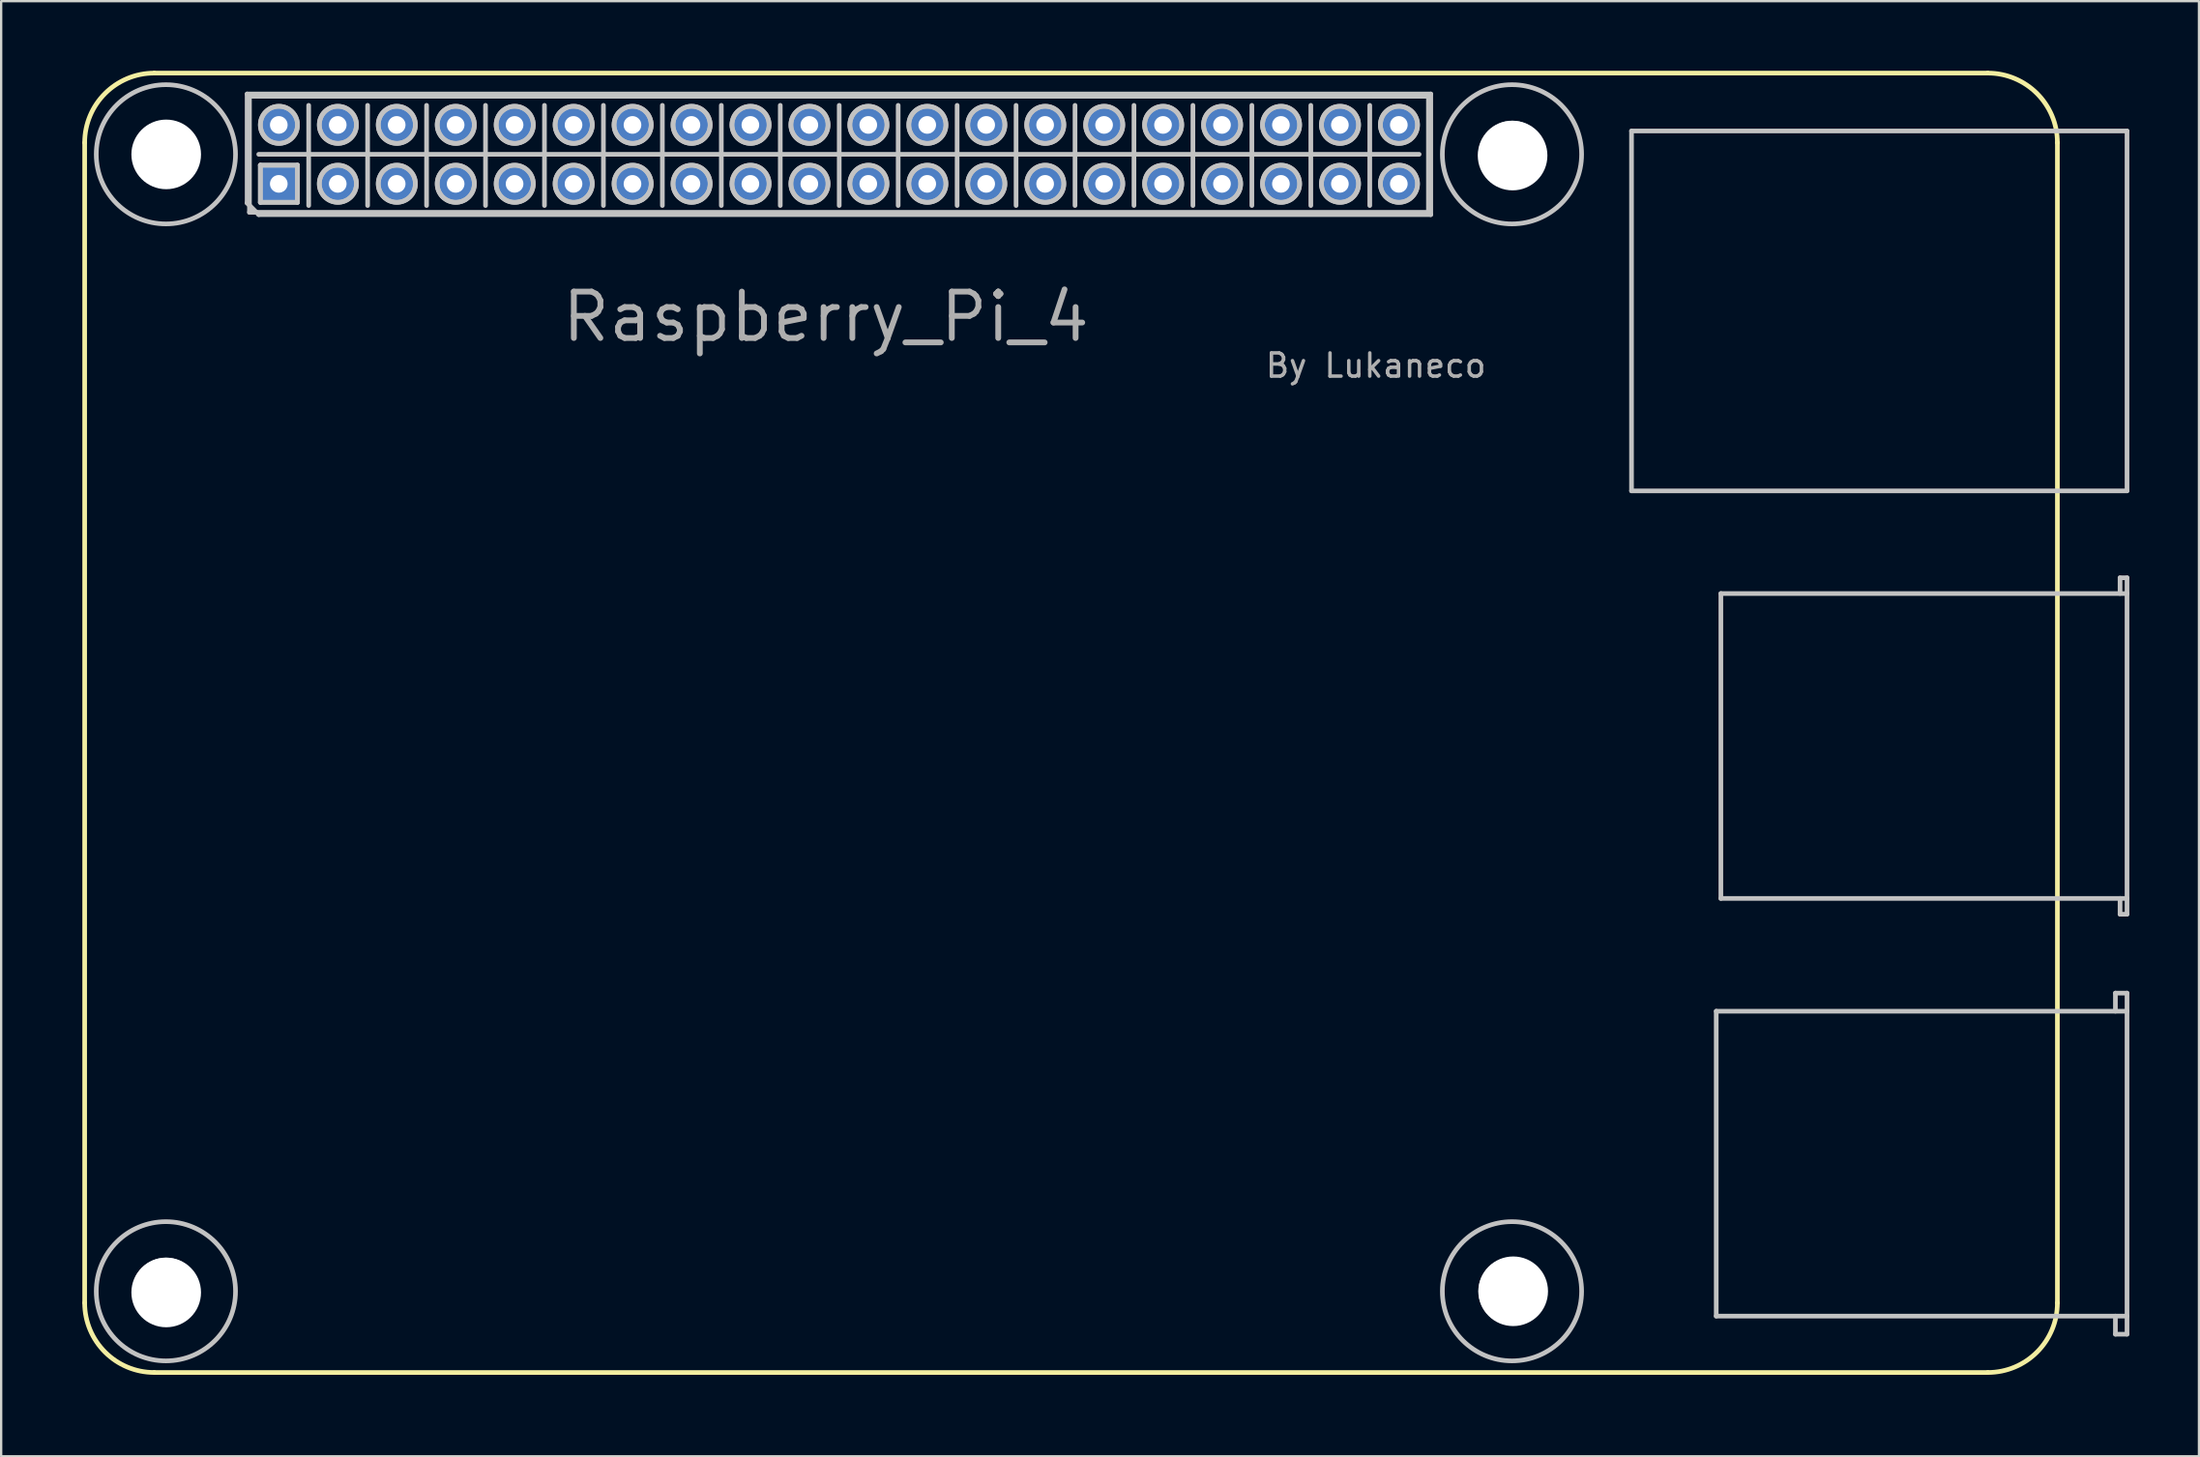
<source format=kicad_pcb>
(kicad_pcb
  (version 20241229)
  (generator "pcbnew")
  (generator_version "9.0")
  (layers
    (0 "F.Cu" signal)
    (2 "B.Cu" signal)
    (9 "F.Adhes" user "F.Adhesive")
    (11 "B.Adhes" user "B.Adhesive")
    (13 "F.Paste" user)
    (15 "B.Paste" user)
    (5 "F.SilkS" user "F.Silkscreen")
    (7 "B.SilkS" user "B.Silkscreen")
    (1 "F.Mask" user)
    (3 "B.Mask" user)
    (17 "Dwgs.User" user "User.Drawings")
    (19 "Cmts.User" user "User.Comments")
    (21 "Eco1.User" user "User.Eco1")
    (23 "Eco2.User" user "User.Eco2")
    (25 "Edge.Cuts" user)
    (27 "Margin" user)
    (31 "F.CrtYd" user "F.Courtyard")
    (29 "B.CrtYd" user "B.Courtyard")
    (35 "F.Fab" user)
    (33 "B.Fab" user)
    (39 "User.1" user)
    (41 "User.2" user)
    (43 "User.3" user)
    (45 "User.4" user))
  (footprint "Raspberry_Pi_4"
    (layer "F.Cu")
    (at 0.25 56.461)
    (property "Reference" "Raspberry_Pi_4" (at 32.283 -45.857 0) (layer "F.Fab") (effects (font (size 2 2) (thickness 0.25))))
    (attr through_hole)
    (fp_line (start 0.348 -53.361) (end 0.348 -3.361) (stroke (width 0.2) (type solid)) (layer "F.SilkS"))
    (fp_line (start 3.348 -0.361) (end 82.348 -0.361) (stroke (width 0.2) (type solid)) (layer "F.SilkS"))
    (fp_line (start 82.348 -56.361) (end 3.348 -56.361) (stroke (width 0.2) (type solid)) (layer "F.SilkS"))
    (fp_line (start 85.348 -3.361) (end 85.348 -53.361) (stroke (width 0.2) (type solid)) (layer "F.SilkS"))
    (fp_arc (start 0.347999 -53.361005) (mid 1.22668 -55.482323) (end 3.348 -56.361) (stroke (width 0.2) (type solid)) (layer "F.SilkS"))
    (fp_arc (start 3.347994 -0.361) (mid 1.226677 -1.239681) (end 0.348 -3.361) (stroke (width 0.2) (type solid)) (layer "F.SilkS"))
    (fp_arc (start 82.348004 -56.361) (mid 84.469322 -55.48232) (end 85.348 -53.361) (stroke (width 0.2) (type solid)) (layer "F.SilkS"))
    (fp_arc (start 85.347999 -3.360995) (mid 84.469319 -1.239677) (end 82.348 -0.361) (stroke (width 0.2) (type solid)) (layer "F.SilkS"))
    (fp_line (start 7.348 -55.461) (end 7.348 -50.761) (stroke (width 0.2) (type solid)) (layer "Dwgs.User"))
    (fp_line (start 7.348 -50.761) (end 7.848 -50.261) (stroke (width 0.2) (type solid)) (layer "Dwgs.User"))
    (fp_line (start 7.448 -55.361) (end 7.448 -50.361) (stroke (width 0.2) (type solid)) (layer "Dwgs.User"))
    (fp_line (start 7.448 -50.361) (end 58.248 -50.361) (stroke (width 0.2) (type solid)) (layer "Dwgs.User"))
    (fp_line (start 7.848 -52.861) (end 57.848 -52.861) (stroke (width 0.2) (type solid)) (layer "Dwgs.User"))
    (fp_line (start 7.848 -50.261) (end 58.348 -50.261) (stroke (width 0.2) (type solid)) (layer "Dwgs.User"))
    (fp_line (start 7.918 -52.391) (end 9.518 -52.391) (stroke (width 0.2) (type solid)) (layer "Dwgs.User"))
    (fp_line (start 7.918 -52.391) (end 9.518 -52.391) (stroke (width 0.2) (type solid)) (layer "Dwgs.User"))
    (fp_line (start 7.918 -50.791) (end 7.918 -52.391) (stroke (width 0.2) (type solid)) (layer "Dwgs.User"))
    (fp_line (start 7.918 -50.791) (end 7.918 -52.391) (stroke (width 0.2) (type solid)) (layer "Dwgs.User"))
    (fp_line (start 9.518 -52.391) (end 9.518 -50.791) (stroke (width 0.2) (type solid)) (layer "Dwgs.User"))
    (fp_line (start 9.518 -52.391) (end 9.518 -50.791) (stroke (width 0.2) (type solid)) (layer "Dwgs.User"))
    (fp_line (start 9.518 -50.791) (end 7.918 -50.791) (stroke (width 0.2) (type solid)) (layer "Dwgs.User"))
    (fp_line (start 9.518 -50.791) (end 7.918 -50.791) (stroke (width 0.2) (type solid)) (layer "Dwgs.User"))
    (fp_line (start 10 -54.971) (end 10 -50.653) (stroke (width 0.2) (type solid)) (layer "Dwgs.User"))
    (fp_line (start 12.54 -54.971) (end 12.54 -50.653) (stroke (width 0.2) (type solid)) (layer "Dwgs.User"))
    (fp_line (start 15.08 -54.971) (end 15.08 -50.653) (stroke (width 0.2) (type solid)) (layer "Dwgs.User"))
    (fp_line (start 17.62 -54.971) (end 17.62 -50.653) (stroke (width 0.2) (type solid)) (layer "Dwgs.User"))
    (fp_line (start 20.16 -54.971) (end 20.16 -50.653) (stroke (width 0.2) (type solid)) (layer "Dwgs.User"))
    (fp_line (start 22.7 -54.971) (end 22.7 -50.653) (stroke (width 0.2) (type solid)) (layer "Dwgs.User"))
    (fp_line (start 25.24 -54.971) (end 25.24 -50.653) (stroke (width 0.2) (type solid)) (layer "Dwgs.User"))
    (fp_line (start 27.78 -54.971) (end 27.78 -50.653) (stroke (width 0.2) (type solid)) (layer "Dwgs.User"))
    (fp_line (start 30.32 -54.971) (end 30.32 -50.653) (stroke (width 0.2) (type solid)) (layer "Dwgs.User"))
    (fp_line (start 32.86 -54.971) (end 32.86 -50.653) (stroke (width 0.2) (type solid)) (layer "Dwgs.User"))
    (fp_line (start 35.4 -54.971) (end 35.4 -50.653) (stroke (width 0.2) (type solid)) (layer "Dwgs.User"))
    (fp_line (start 37.94 -54.971) (end 37.94 -50.653) (stroke (width 0.2) (type solid)) (layer "Dwgs.User"))
    (fp_line (start 40.48 -54.971) (end 40.48 -50.653) (stroke (width 0.2) (type solid)) (layer "Dwgs.User"))
    (fp_line (start 43.02 -54.971) (end 43.02 -50.653) (stroke (width 0.2) (type solid)) (layer "Dwgs.User"))
    (fp_line (start 45.56 -54.971) (end 45.56 -50.653) (stroke (width 0.2) (type solid)) (layer "Dwgs.User"))
    (fp_line (start 48.1 -54.971) (end 48.1 -50.653) (stroke (width 0.2) (type solid)) (layer "Dwgs.User"))
    (fp_line (start 50.64 -54.971) (end 50.64 -50.653) (stroke (width 0.2) (type solid)) (layer "Dwgs.User"))
    (fp_line (start 53.18 -54.971) (end 53.18 -50.653) (stroke (width 0.2) (type solid)) (layer "Dwgs.User"))
    (fp_line (start 55.72 -54.971) (end 55.72 -50.653) (stroke (width 0.2) (type solid)) (layer "Dwgs.User"))
    (fp_line (start 58.248 -55.361) (end 7.448 -55.361) (stroke (width 0.2) (type solid)) (layer "Dwgs.User"))
    (fp_line (start 58.248 -50.361) (end 58.248 -55.361) (stroke (width 0.2) (type solid)) (layer "Dwgs.User"))
    (fp_line (start 58.348 -55.461) (end 7.348 -55.461) (stroke (width 0.2) (type solid)) (layer "Dwgs.User"))
    (fp_line (start 58.348 -50.261) (end 58.348 -55.461) (stroke (width 0.2) (type solid)) (layer "Dwgs.User"))
    (fp_line (start 66.998 -38.356) (end 66.998 -53.866) (stroke (width 0.2) (type solid)) (layer "Dwgs.User"))
    (fp_line (start 66.998 -38.356) (end 88.348 -38.356) (stroke (width 0.2) (type solid)) (layer "Dwgs.User"))
    (fp_line (start 70.648 -15.931) (end 88.348 -15.931) (stroke (width 0.2) (type solid)) (layer "Dwgs.User"))
    (fp_line (start 70.648 -2.791) (end 70.648 -15.931) (stroke (width 0.2) (type solid)) (layer "Dwgs.User"))
    (fp_line (start 70.848 -33.931) (end 88.348 -33.931) (stroke (width 0.2) (type solid)) (layer "Dwgs.User"))
    (fp_line (start 70.848 -20.791) (end 70.848 -33.931) (stroke (width 0.2) (type solid)) (layer "Dwgs.User"))
    (fp_line (start 87.848 -16.711) (end 87.848 -15.931) (stroke (width 0.2) (type solid)) (layer "Dwgs.User"))
    (fp_line (start 87.848 -2.011) (end 87.848 -2.791) (stroke (width 0.2) (type solid)) (layer "Dwgs.User"))
    (fp_line (start 88.048 -34.611) (end 88.048 -33.931) (stroke (width 0.2) (type solid)) (layer "Dwgs.User"))
    (fp_line (start 88.048 -20.111) (end 88.048 -20.791) (stroke (width 0.2) (type solid)) (layer "Dwgs.User"))
    (fp_line (start 88.348 -53.866) (end 66.998 -53.866) (stroke (width 0.2) (type solid)) (layer "Dwgs.User"))
    (fp_line (start 88.348 -38.356) (end 88.348 -53.866) (stroke (width 0.2) (type solid)) (layer "Dwgs.User"))
    (fp_line (start 88.348 -34.611) (end 88.048 -34.611) (stroke (width 0.2) (type solid)) (layer "Dwgs.User"))
    (fp_line (start 88.348 -33.931) (end 88.348 -34.611) (stroke (width 0.2) (type solid)) (layer "Dwgs.User"))
    (fp_line (start 88.348 -33.931) (end 88.348 -20.791) (stroke (width 0.2) (type solid)) (layer "Dwgs.User"))
    (fp_line (start 88.348 -20.791) (end 70.848 -20.791) (stroke (width 0.2) (type solid)) (layer "Dwgs.User"))
    (fp_line (start 88.348 -20.791) (end 88.348 -20.111) (stroke (width 0.2) (type solid)) (layer "Dwgs.User"))
    (fp_line (start 88.348 -20.111) (end 88.048 -20.111) (stroke (width 0.2) (type solid)) (layer "Dwgs.User"))
    (fp_line (start 88.348 -16.711) (end 87.848 -16.711) (stroke (width 0.2) (type solid)) (layer "Dwgs.User"))
    (fp_line (start 88.348 -15.931) (end 88.348 -16.711) (stroke (width 0.2) (type solid)) (layer "Dwgs.User"))
    (fp_line (start 88.348 -15.931) (end 88.348 -2.011) (stroke (width 0.2) (type solid)) (layer "Dwgs.User"))
    (fp_line (start 88.348 -2.791) (end 70.648 -2.791) (stroke (width 0.2) (type solid)) (layer "Dwgs.User"))
    (fp_line (start 88.348 -2.011) (end 87.848 -2.011) (stroke (width 0.2) (type solid)) (layer "Dwgs.User"))
    (fp_circle (center 3.848 -52.861) (end 5.198 -52.861) (stroke (width 0.2) (type solid)) (fill no) (layer "Dwgs.User"))
    (fp_circle (center 3.848 -52.861) (end 6.848 -52.861) (stroke (width 0.2) (type solid)) (fill no) (layer "Dwgs.User"))
    (fp_circle (center 3.848 -3.861) (end 5.198 -3.861) (stroke (width 0.2) (type solid)) (fill no) (layer "Dwgs.User"))
    (fp_circle (center 3.848 -3.861) (end 6.848 -3.861) (stroke (width 0.2) (type solid)) (fill no) (layer "Dwgs.User"))
    (fp_circle (center 8.718 -54.131) (end 9.518 -54.131) (stroke (width 0.2) (type solid)) (fill no) (layer "Dwgs.User"))
    (fp_circle (center 8.718 -54.131) (end 9.518 -54.131) (stroke (width 0.2) (type solid)) (fill no) (layer "Dwgs.User"))
    (fp_circle (center 11.258 -54.131) (end 12.058 -54.131) (stroke (width 0.2) (type solid)) (fill no) (layer "Dwgs.User"))
    (fp_circle (center 11.258 -54.131) (end 12.058 -54.131) (stroke (width 0.2) (type solid)) (fill no) (layer "Dwgs.User"))
    (fp_circle (center 11.258 -51.591) (end 12.058 -51.591) (stroke (width 0.2) (type solid)) (fill no) (layer "Dwgs.User"))
    (fp_circle (center 11.258 -51.591) (end 12.058 -51.591) (stroke (width 0.2) (type solid)) (fill no) (layer "Dwgs.User"))
    (fp_circle (center 13.798 -54.131) (end 14.598 -54.131) (stroke (width 0.2) (type solid)) (fill no) (layer "Dwgs.User"))
    (fp_circle (center 13.798 -54.131) (end 14.598 -54.131) (stroke (width 0.2) (type solid)) (fill no) (layer "Dwgs.User"))
    (fp_circle (center 13.798 -51.591) (end 14.598 -51.591) (stroke (width 0.2) (type solid)) (fill no) (layer "Dwgs.User"))
    (fp_circle (center 13.798 -51.591) (end 14.598 -51.591) (stroke (width 0.2) (type solid)) (fill no) (layer "Dwgs.User"))
    (fp_circle (center 16.338 -54.131) (end 17.138 -54.131) (stroke (width 0.2) (type solid)) (fill no) (layer "Dwgs.User"))
    (fp_circle (center 16.338 -54.131) (end 17.138 -54.131) (stroke (width 0.2) (type solid)) (fill no) (layer "Dwgs.User"))
    (fp_circle (center 16.338 -51.591) (end 17.138 -51.591) (stroke (width 0.2) (type solid)) (fill no) (layer "Dwgs.User"))
    (fp_circle (center 16.338 -51.591) (end 17.138 -51.591) (stroke (width 0.2) (type solid)) (fill no) (layer "Dwgs.User"))
    (fp_circle (center 18.878 -54.131) (end 19.678 -54.131) (stroke (width 0.2) (type solid)) (fill no) (layer "Dwgs.User"))
    (fp_circle (center 18.878 -54.131) (end 19.678 -54.131) (stroke (width 0.2) (type solid)) (fill no) (layer "Dwgs.User"))
    (fp_circle (center 18.878 -51.591) (end 19.678 -51.591) (stroke (width 0.2) (type solid)) (fill no) (layer "Dwgs.User"))
    (fp_circle (center 18.878 -51.591) (end 19.678 -51.591) (stroke (width 0.2) (type solid)) (fill no) (layer "Dwgs.User"))
    (fp_circle (center 21.418 -54.131) (end 22.218 -54.131) (stroke (width 0.2) (type solid)) (fill no) (layer "Dwgs.User"))
    (fp_circle (center 21.418 -54.131) (end 22.218 -54.131) (stroke (width 0.2) (type solid)) (fill no) (layer "Dwgs.User"))
    (fp_circle (center 21.418 -51.591) (end 22.218 -51.591) (stroke (width 0.2) (type solid)) (fill no) (layer "Dwgs.User"))
    (fp_circle (center 21.418 -51.591) (end 22.218 -51.591) (stroke (width 0.2) (type solid)) (fill no) (layer "Dwgs.User"))
    (fp_circle (center 23.958 -54.131) (end 24.758 -54.131) (stroke (width 0.2) (type solid)) (fill no) (layer "Dwgs.User"))
    (fp_circle (center 23.958 -54.131) (end 24.758 -54.131) (stroke (width 0.2) (type solid)) (fill no) (layer "Dwgs.User"))
    (fp_circle (center 23.958 -51.591) (end 24.758 -51.591) (stroke (width 0.2) (type solid)) (fill no) (layer "Dwgs.User"))
    (fp_circle (center 23.958 -51.591) (end 24.758 -51.591) (stroke (width 0.2) (type solid)) (fill no) (layer "Dwgs.User"))
    (fp_circle (center 26.498 -54.131) (end 27.298 -54.131) (stroke (width 0.2) (type solid)) (fill no) (layer "Dwgs.User"))
    (fp_circle (center 26.498 -54.131) (end 27.298 -54.131) (stroke (width 0.2) (type solid)) (fill no) (layer "Dwgs.User"))
    (fp_circle (center 26.498 -51.591) (end 27.298 -51.591) (stroke (width 0.2) (type solid)) (fill no) (layer "Dwgs.User"))
    (fp_circle (center 26.498 -51.591) (end 27.298 -51.591) (stroke (width 0.2) (type solid)) (fill no) (layer "Dwgs.User"))
    (fp_circle (center 29.038 -54.131) (end 29.838 -54.131) (stroke (width 0.2) (type solid)) (fill no) (layer "Dwgs.User"))
    (fp_circle (center 29.038 -54.131) (end 29.838 -54.131) (stroke (width 0.2) (type solid)) (fill no) (layer "Dwgs.User"))
    (fp_circle (center 29.038 -51.591) (end 29.838 -51.591) (stroke (width 0.2) (type solid)) (fill no) (layer "Dwgs.User"))
    (fp_circle (center 29.038 -51.591) (end 29.838 -51.591) (stroke (width 0.2) (type solid)) (fill no) (layer "Dwgs.User"))
    (fp_circle (center 31.578 -54.131) (end 32.378 -54.131) (stroke (width 0.2) (type solid)) (fill no) (layer "Dwgs.User"))
    (fp_circle (center 31.578 -54.131) (end 32.378 -54.131) (stroke (width 0.2) (type solid)) (fill no) (layer "Dwgs.User"))
    (fp_circle (center 31.578 -51.591) (end 32.378 -51.591) (stroke (width 0.2) (type solid)) (fill no) (layer "Dwgs.User"))
    (fp_circle (center 31.578 -51.591) (end 32.378 -51.591) (stroke (width 0.2) (type solid)) (fill no) (layer "Dwgs.User"))
    (fp_circle (center 34.118 -54.131) (end 34.918 -54.131) (stroke (width 0.2) (type solid)) (fill no) (layer "Dwgs.User"))
    (fp_circle (center 34.118 -54.131) (end 34.918 -54.131) (stroke (width 0.2) (type solid)) (fill no) (layer "Dwgs.User"))
    (fp_circle (center 34.118 -51.591) (end 34.918 -51.591) (stroke (width 0.2) (type solid)) (fill no) (layer "Dwgs.User"))
    (fp_circle (center 34.118 -51.591) (end 34.918 -51.591) (stroke (width 0.2) (type solid)) (fill no) (layer "Dwgs.User"))
    (fp_circle (center 36.658 -54.131) (end 37.458 -54.131) (stroke (width 0.2) (type solid)) (fill no) (layer "Dwgs.User"))
    (fp_circle (center 36.658 -54.131) (end 37.458 -54.131) (stroke (width 0.2) (type solid)) (fill no) (layer "Dwgs.User"))
    (fp_circle (center 36.658 -51.591) (end 37.458 -51.591) (stroke (width 0.2) (type solid)) (fill no) (layer "Dwgs.User"))
    (fp_circle (center 36.658 -51.591) (end 37.458 -51.591) (stroke (width 0.2) (type solid)) (fill no) (layer "Dwgs.User"))
    (fp_circle (center 39.198 -54.131) (end 39.998 -54.131) (stroke (width 0.2) (type solid)) (fill no) (layer "Dwgs.User"))
    (fp_circle (center 39.198 -54.131) (end 39.998 -54.131) (stroke (width 0.2) (type solid)) (fill no) (layer "Dwgs.User"))
    (fp_circle (center 39.198 -51.591) (end 39.998 -51.591) (stroke (width 0.2) (type solid)) (fill no) (layer "Dwgs.User"))
    (fp_circle (center 39.198 -51.591) (end 39.998 -51.591) (stroke (width 0.2) (type solid)) (fill no) (layer "Dwgs.User"))
    (fp_circle (center 41.738 -54.131) (end 42.538 -54.131) (stroke (width 0.2) (type solid)) (fill no) (layer "Dwgs.User"))
    (fp_circle (center 41.738 -54.131) (end 42.538 -54.131) (stroke (width 0.2) (type solid)) (fill no) (layer "Dwgs.User"))
    (fp_circle (center 41.738 -51.591) (end 42.538 -51.591) (stroke (width 0.2) (type solid)) (fill no) (layer "Dwgs.User"))
    (fp_circle (center 41.738 -51.591) (end 42.538 -51.591) (stroke (width 0.2) (type solid)) (fill no) (layer "Dwgs.User"))
    (fp_circle (center 44.278 -54.131) (end 45.078 -54.131) (stroke (width 0.2) (type solid)) (fill no) (layer "Dwgs.User"))
    (fp_circle (center 44.278 -54.131) (end 45.078 -54.131) (stroke (width 0.2) (type solid)) (fill no) (layer "Dwgs.User"))
    (fp_circle (center 44.278 -51.591) (end 45.078 -51.591) (stroke (width 0.2) (type solid)) (fill no) (layer "Dwgs.User"))
    (fp_circle (center 44.278 -51.591) (end 45.078 -51.591) (stroke (width 0.2) (type solid)) (fill no) (layer "Dwgs.User"))
    (fp_circle (center 46.818 -54.131) (end 47.618 -54.131) (stroke (width 0.2) (type solid)) (fill no) (layer "Dwgs.User"))
    (fp_circle (center 46.818 -54.131) (end 47.618 -54.131) (stroke (width 0.2) (type solid)) (fill no) (layer "Dwgs.User"))
    (fp_circle (center 46.818 -51.591) (end 47.618 -51.591) (stroke (width 0.2) (type solid)) (fill no) (layer "Dwgs.User"))
    (fp_circle (center 46.818 -51.591) (end 47.618 -51.591) (stroke (width 0.2) (type solid)) (fill no) (layer "Dwgs.User"))
    (fp_circle (center 49.358 -54.131) (end 50.158 -54.131) (stroke (width 0.2) (type solid)) (fill no) (layer "Dwgs.User"))
    (fp_circle (center 49.358 -54.131) (end 50.158 -54.131) (stroke (width 0.2) (type solid)) (fill no) (layer "Dwgs.User"))
    (fp_circle (center 49.358 -51.591) (end 50.158 -51.591) (stroke (width 0.2) (type solid)) (fill no) (layer "Dwgs.User"))
    (fp_circle (center 49.358 -51.591) (end 50.158 -51.591) (stroke (width 0.2) (type solid)) (fill no) (layer "Dwgs.User"))
    (fp_circle (center 51.898 -54.131) (end 52.698 -54.131) (stroke (width 0.2) (type solid)) (fill no) (layer "Dwgs.User"))
    (fp_circle (center 51.898 -54.131) (end 52.698 -54.131) (stroke (width 0.2) (type solid)) (fill no) (layer "Dwgs.User"))
    (fp_circle (center 51.898 -51.591) (end 52.698 -51.591) (stroke (width 0.2) (type solid)) (fill no) (layer "Dwgs.User"))
    (fp_circle (center 51.898 -51.591) (end 52.698 -51.591) (stroke (width 0.2) (type solid)) (fill no) (layer "Dwgs.User"))
    (fp_circle (center 54.438 -54.131) (end 55.238 -54.131) (stroke (width 0.2) (type solid)) (fill no) (layer "Dwgs.User"))
    (fp_circle (center 54.438 -54.131) (end 55.238 -54.131) (stroke (width 0.2) (type solid)) (fill no) (layer "Dwgs.User"))
    (fp_circle (center 54.438 -51.591) (end 55.238 -51.591) (stroke (width 0.2) (type solid)) (fill no) (layer "Dwgs.User"))
    (fp_circle (center 54.438 -51.591) (end 55.238 -51.591) (stroke (width 0.2) (type solid)) (fill no) (layer "Dwgs.User"))
    (fp_circle (center 56.978 -54.131) (end 57.778 -54.131) (stroke (width 0.2) (type solid)) (fill no) (layer "Dwgs.User"))
    (fp_circle (center 56.978 -54.131) (end 57.778 -54.131) (stroke (width 0.2) (type solid)) (fill no) (layer "Dwgs.User"))
    (fp_circle (center 56.978 -51.591) (end 57.778 -51.591) (stroke (width 0.2) (type solid)) (fill no) (layer "Dwgs.User"))
    (fp_circle (center 56.978 -51.591) (end 57.778 -51.591) (stroke (width 0.2) (type solid)) (fill no) (layer "Dwgs.User"))
    (fp_circle (center 61.848 -52.861) (end 63.198 -52.861) (stroke (width 0.2) (type solid)) (fill no) (layer "Dwgs.User"))
    (fp_circle (center 61.848 -52.861) (end 64.848 -52.861) (stroke (width 0.2) (type solid)) (fill no) (layer "Dwgs.User"))
    (fp_circle (center 61.848 -3.861) (end 63.198 -3.861) (stroke (width 0.2) (type solid)) (fill no) (layer "Dwgs.User"))
    (fp_circle (center 61.848 -3.861) (end 64.848 -3.861) (stroke (width 0.2) (type solid)) (fill no) (layer "Dwgs.User"))
    (fp_text user "By Lukaneco" (at 55.983 -43.757 0) (layer "F.Fab") (effects (font (size 1 1) (thickness 0.15))))
    (pad "" np_thru_hole circle (at 3.861 -52.857) (size 3 3) (drill 3) (layers "*.Cu" "*.Mask"))
    (pad "" np_thru_hole circle (at 3.861 -3.81) (size 3 3) (drill 3) (layers "*.Cu" "*.Mask"))
    (pad "" np_thru_hole circle (at 61.874 -52.807) (size 3 3) (drill 3) (layers "*.Cu" "*.Mask"))
    (pad "" np_thru_hole circle (at 61.9 -3.861) (size 3 3) (drill 3) (layers "*.Cu" "*.Mask"))
    (pad "1" thru_hole rect (at 8.712 -51.587) (size 1.524 1.524) (drill 0.762) (layers "*.Cu" "*.Mask"))
    (pad "2" thru_hole circle (at 8.712 -54.127) (size 1.524 1.524) (drill 0.762) (layers "*.Cu" "*.Mask"))
    (pad "3" thru_hole circle (at 11.252 -51.587) (size 1.524 1.524) (drill 0.762) (layers "*.Cu" "*.Mask"))
    (pad "4" thru_hole circle (at 11.252 -54.127) (size 1.524 1.524) (drill 0.762) (layers "*.Cu" "*.Mask"))
    (pad "5" thru_hole circle (at 13.792 -51.587) (size 1.524 1.524) (drill 0.762) (layers "*.Cu" "*.Mask"))
    (pad "6" thru_hole circle (at 13.792 -54.127) (size 1.524 1.524) (drill 0.762) (layers "*.Cu" "*.Mask"))
    (pad "7" thru_hole circle (at 16.332 -51.587) (size 1.524 1.524) (drill 0.762) (layers "*.Cu" "*.Mask"))
    (pad "8" thru_hole circle (at 16.332 -54.127) (size 1.524 1.524) (drill 0.762) (layers "*.Cu" "*.Mask"))
    (pad "9" thru_hole circle (at 18.872 -51.587) (size 1.524 1.524) (drill 0.762) (layers "*.Cu" "*.Mask"))
    (pad "10" thru_hole circle (at 18.872 -54.127) (size 1.524 1.524) (drill 0.762) (layers "*.Cu" "*.Mask"))
    (pad "11" thru_hole circle (at 21.412 -51.587) (size 1.524 1.524) (drill 0.762) (layers "*.Cu" "*.Mask"))
    (pad "12" thru_hole circle (at 21.412 -54.127) (size 1.524 1.524) (drill 0.762) (layers "*.Cu" "*.Mask"))
    (pad "13" thru_hole circle (at 23.952 -51.587) (size 1.524 1.524) (drill 0.762) (layers "*.Cu" "*.Mask"))
    (pad "14" thru_hole circle (at 23.952 -54.127) (size 1.524 1.524) (drill 0.762) (layers "*.Cu" "*.Mask"))
    (pad "15" thru_hole circle (at 26.492 -51.587) (size 1.524 1.524) (drill 0.762) (layers "*.Cu" "*.Mask"))
    (pad "16" thru_hole circle (at 26.492 -54.127) (size 1.524 1.524) (drill 0.762) (layers "*.Cu" "*.Mask"))
    (pad "17" thru_hole circle (at 29.032 -51.587) (size 1.524 1.524) (drill 0.762) (layers "*.Cu" "*.Mask"))
    (pad "18" thru_hole circle (at 29.032 -54.127) (size 1.524 1.524) (drill 0.762) (layers "*.Cu" "*.Mask"))
    (pad "19" thru_hole circle (at 31.572 -51.587) (size 1.524 1.524) (drill 0.762) (layers "*.Cu" "*.Mask"))
    (pad "20" thru_hole circle (at 31.572 -54.127) (size 1.524 1.524) (drill 0.762) (layers "*.Cu" "*.Mask"))
    (pad "21" thru_hole circle (at 34.112 -51.587) (size 1.524 1.524) (drill 0.762) (layers "*.Cu" "*.Mask"))
    (pad "22" thru_hole circle (at 34.112 -54.127) (size 1.524 1.524) (drill 0.762) (layers "*.Cu" "*.Mask"))
    (pad "23" thru_hole circle (at 36.652 -51.587) (size 1.524 1.524) (drill 0.762) (layers "*.Cu" "*.Mask"))
    (pad "24" thru_hole circle (at 36.652 -54.127) (size 1.524 1.524) (drill 0.762) (layers "*.Cu" "*.Mask"))
    (pad "25" thru_hole circle (at 39.192 -51.587) (size 1.524 1.524) (drill 0.762) (layers "*.Cu" "*.Mask"))
    (pad "26" thru_hole circle (at 39.192 -54.127) (size 1.524 1.524) (drill 0.762) (layers "*.Cu" "*.Mask"))
    (pad "27" thru_hole circle (at 41.732 -51.587) (size 1.524 1.524) (drill 0.762) (layers "*.Cu" "*.Mask"))
    (pad "28" thru_hole circle (at 41.732 -54.127) (size 1.524 1.524) (drill 0.762) (layers "*.Cu" "*.Mask"))
    (pad "29" thru_hole circle (at 44.272 -51.587) (size 1.524 1.524) (drill 0.762) (layers "*.Cu" "*.Mask"))
    (pad "30" thru_hole circle (at 44.272 -54.127) (size 1.524 1.524) (drill 0.762) (layers "*.Cu" "*.Mask"))
    (pad "31" thru_hole circle (at 46.812 -51.587) (size 1.524 1.524) (drill 0.762) (layers "*.Cu" "*.Mask"))
    (pad "32" thru_hole circle (at 46.812 -54.127) (size 1.524 1.524) (drill 0.762) (layers "*.Cu" "*.Mask"))
    (pad "33" thru_hole circle (at 49.352 -51.587) (size 1.524 1.524) (drill 0.762) (layers "*.Cu" "*.Mask"))
    (pad "34" thru_hole circle (at 49.352 -54.127) (size 1.524 1.524) (drill 0.762) (layers "*.Cu" "*.Mask"))
    (pad "35" thru_hole circle (at 51.892 -51.587) (size 1.524 1.524) (drill 0.762) (layers "*.Cu" "*.Mask"))
    (pad "36" thru_hole circle (at 51.892 -54.127) (size 1.524 1.524) (drill 0.762) (layers "*.Cu" "*.Mask"))
    (pad "37" thru_hole circle (at 54.432 -51.587) (size 1.524 1.524) (drill 0.762) (layers "*.Cu" "*.Mask"))
    (pad "38" thru_hole circle (at 54.432 -54.127) (size 1.524 1.524) (drill 0.762) (layers "*.Cu" "*.Mask"))
    (pad "39" thru_hole circle (at 56.972 -51.587) (size 1.524 1.524) (drill 0.762) (layers "*.Cu" "*.Mask"))
    (pad "40" thru_hole circle (at 56.972 -54.127) (size 1.524 1.524) (drill 0.762) (layers "*.Cu" "*.Mask")))
  (gr_rect
    (start -3 -3)
    (end 91.698 59.711)
    (stroke (width 0.1) (type default))
    (fill no)
    (layer "Edge.Cuts")))
</source>
